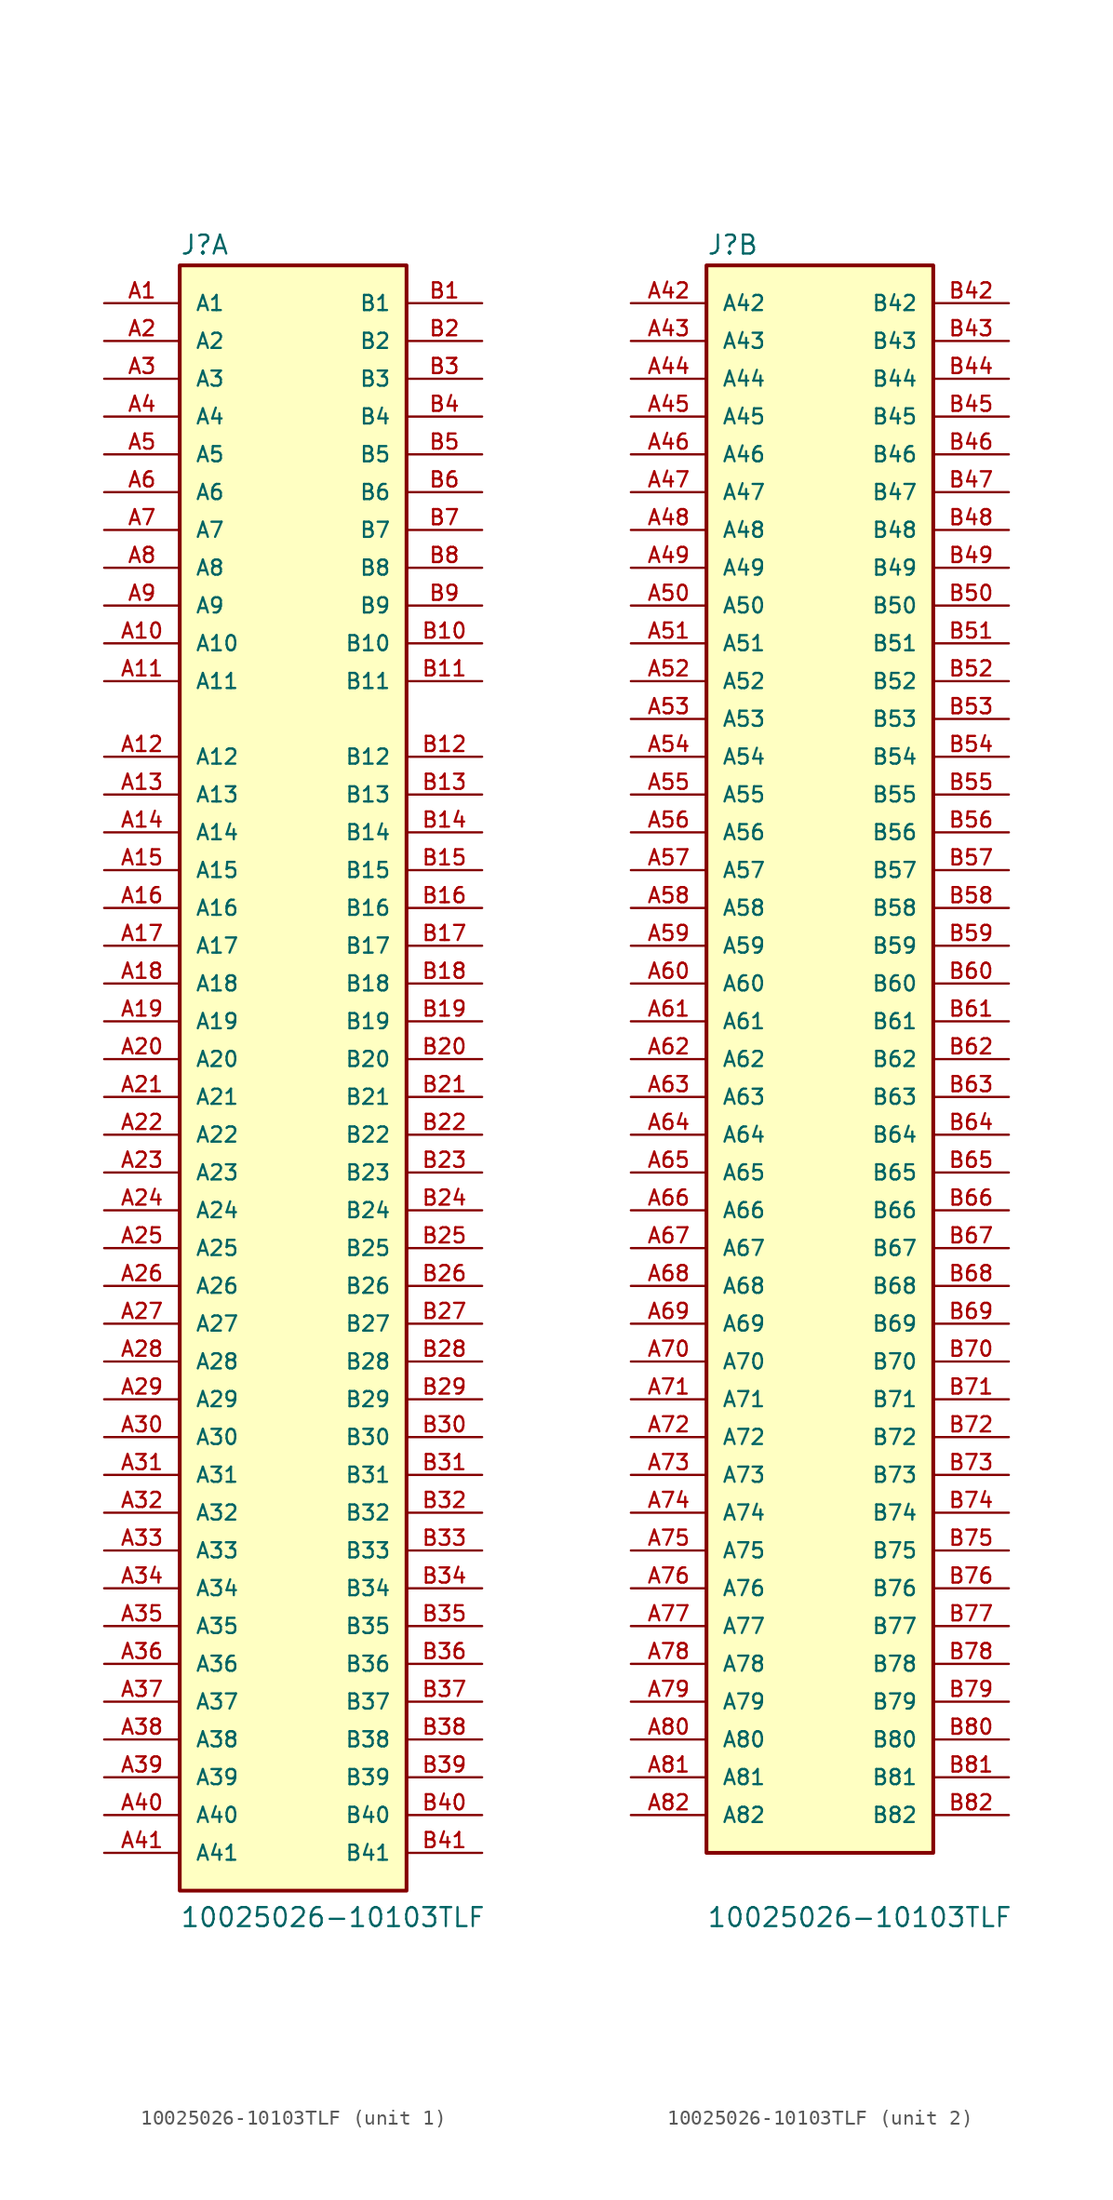
<source format=kicad_sym>
(kicad_symbol_lib
  (version 20231120)
  (generator "kicad_symbol_editor")
  (generator_version "8.0")
  (symbol "10025026-10103TLF"
    (pin_names
      (offset 1.016))
    (property "Reference" "J"
      (at -7.62 53.975 0)
      (effects (font (size 1.27 1.27)) (justify left bottom)))
    (property "Value" "10025026-10103TLF"
      (at -7.62 -58.42 0)
      (effects (font (size 1.27 1.27)) (justify left bottom)))
    (symbol "10025026-10103TLF_1_0"
      (rectangle (start -7.62 -55.88) (end 7.62 53.34) (stroke (width 0.254) (type default)) (fill (type background)))
      (pin passive line (at -12.7 50.8 0) (length 5.08) (name "A1" (effects (font (size 1.016 1.016)))) (number "A1" (effects (font (size 1.016 1.016)))))
      (pin passive line (at -12.7 27.94 0) (length 5.08) (name "A10" (effects (font (size 1.016 1.016)))) (number "A10" (effects (font (size 1.016 1.016)))))
      (pin passive line (at -12.7 25.4 0) (length 5.08) (name "A11" (effects (font (size 1.016 1.016)))) (number "A11" (effects (font (size 1.016 1.016)))))
      (pin passive line (at -12.7 20.32 0) (length 5.08) (name "A12" (effects (font (size 1.016 1.016)))) (number "A12" (effects (font (size 1.016 1.016)))))
      (pin passive line (at -12.7 17.78 0) (length 5.08) (name "A13" (effects (font (size 1.016 1.016)))) (number "A13" (effects (font (size 1.016 1.016)))))
      (pin passive line (at -12.7 15.24 0) (length 5.08) (name "A14" (effects (font (size 1.016 1.016)))) (number "A14" (effects (font (size 1.016 1.016)))))
      (pin passive line (at -12.7 12.7 0) (length 5.08) (name "A15" (effects (font (size 1.016 1.016)))) (number "A15" (effects (font (size 1.016 1.016)))))
      (pin passive line (at -12.7 10.16 0) (length 5.08) (name "A16" (effects (font (size 1.016 1.016)))) (number "A16" (effects (font (size 1.016 1.016)))))
      (pin passive line (at -12.7 7.62 0) (length 5.08) (name "A17" (effects (font (size 1.016 1.016)))) (number "A17" (effects (font (size 1.016 1.016)))))
      (pin passive line (at -12.7 5.08 0) (length 5.08) (name "A18" (effects (font (size 1.016 1.016)))) (number "A18" (effects (font (size 1.016 1.016)))))
      (pin passive line (at -12.7 2.54 0) (length 5.08) (name "A19" (effects (font (size 1.016 1.016)))) (number "A19" (effects (font (size 1.016 1.016)))))
      (pin passive line (at -12.7 48.26 0) (length 5.08) (name "A2" (effects (font (size 1.016 1.016)))) (number "A2" (effects (font (size 1.016 1.016)))))
      (pin passive line (at -12.7 0 0) (length 5.08) (name "A20" (effects (font (size 1.016 1.016)))) (number "A20" (effects (font (size 1.016 1.016)))))
      (pin passive line (at -12.7 -2.54 0) (length 5.08) (name "A21" (effects (font (size 1.016 1.016)))) (number "A21" (effects (font (size 1.016 1.016)))))
      (pin passive line (at -12.7 -5.08 0) (length 5.08) (name "A22" (effects (font (size 1.016 1.016)))) (number "A22" (effects (font (size 1.016 1.016)))))
      (pin passive line (at -12.7 -7.62 0) (length 5.08) (name "A23" (effects (font (size 1.016 1.016)))) (number "A23" (effects (font (size 1.016 1.016)))))
      (pin passive line (at -12.7 -10.16 0) (length 5.08) (name "A24" (effects (font (size 1.016 1.016)))) (number "A24" (effects (font (size 1.016 1.016)))))
      (pin passive line (at -12.7 -12.7 0) (length 5.08) (name "A25" (effects (font (size 1.016 1.016)))) (number "A25" (effects (font (size 1.016 1.016)))))
      (pin passive line (at -12.7 -15.24 0) (length 5.08) (name "A26" (effects (font (size 1.016 1.016)))) (number "A26" (effects (font (size 1.016 1.016)))))
      (pin passive line (at -12.7 -17.78 0) (length 5.08) (name "A27" (effects (font (size 1.016 1.016)))) (number "A27" (effects (font (size 1.016 1.016)))))
      (pin passive line (at -12.7 -20.32 0) (length 5.08) (name "A28" (effects (font (size 1.016 1.016)))) (number "A28" (effects (font (size 1.016 1.016)))))
      (pin passive line (at -12.7 -22.86 0) (length 5.08) (name "A29" (effects (font (size 1.016 1.016)))) (number "A29" (effects (font (size 1.016 1.016)))))
      (pin passive line (at -12.7 45.72 0) (length 5.08) (name "A3" (effects (font (size 1.016 1.016)))) (number "A3" (effects (font (size 1.016 1.016)))))
      (pin passive line (at -12.7 -25.4 0) (length 5.08) (name "A30" (effects (font (size 1.016 1.016)))) (number "A30" (effects (font (size 1.016 1.016)))))
      (pin passive line (at -12.7 -27.94 0) (length 5.08) (name "A31" (effects (font (size 1.016 1.016)))) (number "A31" (effects (font (size 1.016 1.016)))))
      (pin passive line (at -12.7 -30.48 0) (length 5.08) (name "A32" (effects (font (size 1.016 1.016)))) (number "A32" (effects (font (size 1.016 1.016)))))
      (pin passive line (at -12.7 -33.02 0) (length 5.08) (name "A33" (effects (font (size 1.016 1.016)))) (number "A33" (effects (font (size 1.016 1.016)))))
      (pin passive line (at -12.7 -35.56 0) (length 5.08) (name "A34" (effects (font (size 1.016 1.016)))) (number "A34" (effects (font (size 1.016 1.016)))))
      (pin passive line (at -12.7 -38.1 0) (length 5.08) (name "A35" (effects (font (size 1.016 1.016)))) (number "A35" (effects (font (size 1.016 1.016)))))
      (pin passive line (at -12.7 -40.64 0) (length 5.08) (name "A36" (effects (font (size 1.016 1.016)))) (number "A36" (effects (font (size 1.016 1.016)))))
      (pin passive line (at -12.7 -43.18 0) (length 5.08) (name "A37" (effects (font (size 1.016 1.016)))) (number "A37" (effects (font (size 1.016 1.016)))))
      (pin passive line (at -12.7 -45.72 0) (length 5.08) (name "A38" (effects (font (size 1.016 1.016)))) (number "A38" (effects (font (size 1.016 1.016)))))
      (pin passive line (at -12.7 -48.26 0) (length 5.08) (name "A39" (effects (font (size 1.016 1.016)))) (number "A39" (effects (font (size 1.016 1.016)))))
      (pin passive line (at -12.7 43.18 0) (length 5.08) (name "A4" (effects (font (size 1.016 1.016)))) (number "A4" (effects (font (size 1.016 1.016)))))
      (pin passive line (at -12.7 -50.8 0) (length 5.08) (name "A40" (effects (font (size 1.016 1.016)))) (number "A40" (effects (font (size 1.016 1.016)))))
      (pin passive line (at -12.7 -53.34 0) (length 5.08) (name "A41" (effects (font (size 1.016 1.016)))) (number "A41" (effects (font (size 1.016 1.016)))))
      (pin passive line (at -12.7 40.64 0) (length 5.08) (name "A5" (effects (font (size 1.016 1.016)))) (number "A5" (effects (font (size 1.016 1.016)))))
      (pin passive line (at -12.7 38.1 0) (length 5.08) (name "A6" (effects (font (size 1.016 1.016)))) (number "A6" (effects (font (size 1.016 1.016)))))
      (pin passive line (at -12.7 35.56 0) (length 5.08) (name "A7" (effects (font (size 1.016 1.016)))) (number "A7" (effects (font (size 1.016 1.016)))))
      (pin passive line (at -12.7 33.02 0) (length 5.08) (name "A8" (effects (font (size 1.016 1.016)))) (number "A8" (effects (font (size 1.016 1.016)))))
      (pin passive line (at -12.7 30.48 0) (length 5.08) (name "A9" (effects (font (size 1.016 1.016)))) (number "A9" (effects (font (size 1.016 1.016)))))
      (pin passive line (at 12.7 50.8 180) (length 5.08) (name "B1" (effects (font (size 1.016 1.016)))) (number "B1" (effects (font (size 1.016 1.016)))))
      (pin passive line (at 12.7 27.94 180) (length 5.08) (name "B10" (effects (font (size 1.016 1.016)))) (number "B10" (effects (font (size 1.016 1.016)))))
      (pin passive line (at 12.7 25.4 180) (length 5.08) (name "B11" (effects (font (size 1.016 1.016)))) (number "B11" (effects (font (size 1.016 1.016)))))
      (pin passive line (at 12.7 20.32 180) (length 5.08) (name "B12" (effects (font (size 1.016 1.016)))) (number "B12" (effects (font (size 1.016 1.016)))))
      (pin passive line (at 12.7 17.78 180) (length 5.08) (name "B13" (effects (font (size 1.016 1.016)))) (number "B13" (effects (font (size 1.016 1.016)))))
      (pin passive line (at 12.7 15.24 180) (length 5.08) (name "B14" (effects (font (size 1.016 1.016)))) (number "B14" (effects (font (size 1.016 1.016)))))
      (pin passive line (at 12.7 12.7 180) (length 5.08) (name "B15" (effects (font (size 1.016 1.016)))) (number "B15" (effects (font (size 1.016 1.016)))))
      (pin passive line (at 12.7 10.16 180) (length 5.08) (name "B16" (effects (font (size 1.016 1.016)))) (number "B16" (effects (font (size 1.016 1.016)))))
      (pin passive line (at 12.7 7.62 180) (length 5.08) (name "B17" (effects (font (size 1.016 1.016)))) (number "B17" (effects (font (size 1.016 1.016)))))
      (pin passive line (at 12.7 5.08 180) (length 5.08) (name "B18" (effects (font (size 1.016 1.016)))) (number "B18" (effects (font (size 1.016 1.016)))))
      (pin passive line (at 12.7 2.54 180) (length 5.08) (name "B19" (effects (font (size 1.016 1.016)))) (number "B19" (effects (font (size 1.016 1.016)))))
      (pin passive line (at 12.7 48.26 180) (length 5.08) (name "B2" (effects (font (size 1.016 1.016)))) (number "B2" (effects (font (size 1.016 1.016)))))
      (pin passive line (at 12.7 0 180) (length 5.08) (name "B20" (effects (font (size 1.016 1.016)))) (number "B20" (effects (font (size 1.016 1.016)))))
      (pin passive line (at 12.7 -2.54 180) (length 5.08) (name "B21" (effects (font (size 1.016 1.016)))) (number "B21" (effects (font (size 1.016 1.016)))))
      (pin passive line (at 12.7 -5.08 180) (length 5.08) (name "B22" (effects (font (size 1.016 1.016)))) (number "B22" (effects (font (size 1.016 1.016)))))
      (pin passive line (at 12.7 -7.62 180) (length 5.08) (name "B23" (effects (font (size 1.016 1.016)))) (number "B23" (effects (font (size 1.016 1.016)))))
      (pin passive line (at 12.7 -10.16 180) (length 5.08) (name "B24" (effects (font (size 1.016 1.016)))) (number "B24" (effects (font (size 1.016 1.016)))))
      (pin passive line (at 12.7 -12.7 180) (length 5.08) (name "B25" (effects (font (size 1.016 1.016)))) (number "B25" (effects (font (size 1.016 1.016)))))
      (pin passive line (at 12.7 -15.24 180) (length 5.08) (name "B26" (effects (font (size 1.016 1.016)))) (number "B26" (effects (font (size 1.016 1.016)))))
      (pin passive line (at 12.7 -17.78 180) (length 5.08) (name "B27" (effects (font (size 1.016 1.016)))) (number "B27" (effects (font (size 1.016 1.016)))))
      (pin passive line (at 12.7 -20.32 180) (length 5.08) (name "B28" (effects (font (size 1.016 1.016)))) (number "B28" (effects (font (size 1.016 1.016)))))
      (pin passive line (at 12.7 -22.86 180) (length 5.08) (name "B29" (effects (font (size 1.016 1.016)))) (number "B29" (effects (font (size 1.016 1.016)))))
      (pin passive line (at 12.7 45.72 180) (length 5.08) (name "B3" (effects (font (size 1.016 1.016)))) (number "B3" (effects (font (size 1.016 1.016)))))
      (pin passive line (at 12.7 -25.4 180) (length 5.08) (name "B30" (effects (font (size 1.016 1.016)))) (number "B30" (effects (font (size 1.016 1.016)))))
      (pin passive line (at 12.7 -27.94 180) (length 5.08) (name "B31" (effects (font (size 1.016 1.016)))) (number "B31" (effects (font (size 1.016 1.016)))))
      (pin passive line (at 12.7 -30.48 180) (length 5.08) (name "B32" (effects (font (size 1.016 1.016)))) (number "B32" (effects (font (size 1.016 1.016)))))
      (pin passive line (at 12.7 -33.02 180) (length 5.08) (name "B33" (effects (font (size 1.016 1.016)))) (number "B33" (effects (font (size 1.016 1.016)))))
      (pin passive line (at 12.7 -35.56 180) (length 5.08) (name "B34" (effects (font (size 1.016 1.016)))) (number "B34" (effects (font (size 1.016 1.016)))))
      (pin passive line (at 12.7 -38.1 180) (length 5.08) (name "B35" (effects (font (size 1.016 1.016)))) (number "B35" (effects (font (size 1.016 1.016)))))
      (pin passive line (at 12.7 -40.64 180) (length 5.08) (name "B36" (effects (font (size 1.016 1.016)))) (number "B36" (effects (font (size 1.016 1.016)))))
      (pin passive line (at 12.7 -43.18 180) (length 5.08) (name "B37" (effects (font (size 1.016 1.016)))) (number "B37" (effects (font (size 1.016 1.016)))))
      (pin passive line (at 12.7 -45.72 180) (length 5.08) (name "B38" (effects (font (size 1.016 1.016)))) (number "B38" (effects (font (size 1.016 1.016)))))
      (pin passive line (at 12.7 -48.26 180) (length 5.08) (name "B39" (effects (font (size 1.016 1.016)))) (number "B39" (effects (font (size 1.016 1.016)))))
      (pin passive line (at 12.7 43.18 180) (length 5.08) (name "B4" (effects (font (size 1.016 1.016)))) (number "B4" (effects (font (size 1.016 1.016)))))
      (pin passive line (at 12.7 -50.8 180) (length 5.08) (name "B40" (effects (font (size 1.016 1.016)))) (number "B40" (effects (font (size 1.016 1.016)))))
      (pin passive line (at 12.7 -53.34 180) (length 5.08) (name "B41" (effects (font (size 1.016 1.016)))) (number "B41" (effects (font (size 1.016 1.016)))))
      (pin passive line (at 12.7 40.64 180) (length 5.08) (name "B5" (effects (font (size 1.016 1.016)))) (number "B5" (effects (font (size 1.016 1.016)))))
      (pin passive line (at 12.7 38.1 180) (length 5.08) (name "B6" (effects (font (size 1.016 1.016)))) (number "B6" (effects (font (size 1.016 1.016)))))
      (pin passive line (at 12.7 35.56 180) (length 5.08) (name "B7" (effects (font (size 1.016 1.016)))) (number "B7" (effects (font (size 1.016 1.016)))))
      (pin passive line (at 12.7 33.02 180) (length 5.08) (name "B8" (effects (font (size 1.016 1.016)))) (number "B8" (effects (font (size 1.016 1.016)))))
      (pin passive line (at 12.7 30.48 180) (length 5.08) (name "B9" (effects (font (size 1.016 1.016)))) (number "B9" (effects (font (size 1.016 1.016))))))
    (symbol "10025026-10103TLF_2_0"
      (rectangle (start -7.62 -53.34) (end 7.62 53.34) (stroke (width 0.254) (type default)) (fill (type background)))
      (pin passive line (at -12.7 50.8 0) (length 5.08) (name "A42" (effects (font (size 1.016 1.016)))) (number "A42" (effects (font (size 1.016 1.016)))))
      (pin passive line (at -12.7 48.26 0) (length 5.08) (name "A43" (effects (font (size 1.016 1.016)))) (number "A43" (effects (font (size 1.016 1.016)))))
      (pin passive line (at -12.7 45.72 0) (length 5.08) (name "A44" (effects (font (size 1.016 1.016)))) (number "A44" (effects (font (size 1.016 1.016)))))
      (pin passive line (at -12.7 43.18 0) (length 5.08) (name "A45" (effects (font (size 1.016 1.016)))) (number "A45" (effects (font (size 1.016 1.016)))))
      (pin passive line (at -12.7 40.64 0) (length 5.08) (name "A46" (effects (font (size 1.016 1.016)))) (number "A46" (effects (font (size 1.016 1.016)))))
      (pin passive line (at -12.7 38.1 0) (length 5.08) (name "A47" (effects (font (size 1.016 1.016)))) (number "A47" (effects (font (size 1.016 1.016)))))
      (pin passive line (at -12.7 35.56 0) (length 5.08) (name "A48" (effects (font (size 1.016 1.016)))) (number "A48" (effects (font (size 1.016 1.016)))))
      (pin passive line (at -12.7 33.02 0) (length 5.08) (name "A49" (effects (font (size 1.016 1.016)))) (number "A49" (effects (font (size 1.016 1.016)))))
      (pin passive line (at -12.7 30.48 0) (length 5.08) (name "A50" (effects (font (size 1.016 1.016)))) (number "A50" (effects (font (size 1.016 1.016)))))
      (pin passive line (at -12.7 27.94 0) (length 5.08) (name "A51" (effects (font (size 1.016 1.016)))) (number "A51" (effects (font (size 1.016 1.016)))))
      (pin passive line (at -12.7 25.4 0) (length 5.08) (name "A52" (effects (font (size 1.016 1.016)))) (number "A52" (effects (font (size 1.016 1.016)))))
      (pin passive line (at -12.7 22.86 0) (length 5.08) (name "A53" (effects (font (size 1.016 1.016)))) (number "A53" (effects (font (size 1.016 1.016)))))
      (pin passive line (at -12.7 20.32 0) (length 5.08) (name "A54" (effects (font (size 1.016 1.016)))) (number "A54" (effects (font (size 1.016 1.016)))))
      (pin passive line (at -12.7 17.78 0) (length 5.08) (name "A55" (effects (font (size 1.016 1.016)))) (number "A55" (effects (font (size 1.016 1.016)))))
      (pin passive line (at -12.7 15.24 0) (length 5.08) (name "A56" (effects (font (size 1.016 1.016)))) (number "A56" (effects (font (size 1.016 1.016)))))
      (pin passive line (at -12.7 12.7 0) (length 5.08) (name "A57" (effects (font (size 1.016 1.016)))) (number "A57" (effects (font (size 1.016 1.016)))))
      (pin passive line (at -12.7 10.16 0) (length 5.08) (name "A58" (effects (font (size 1.016 1.016)))) (number "A58" (effects (font (size 1.016 1.016)))))
      (pin passive line (at -12.7 7.62 0) (length 5.08) (name "A59" (effects (font (size 1.016 1.016)))) (number "A59" (effects (font (size 1.016 1.016)))))
      (pin passive line (at -12.7 5.08 0) (length 5.08) (name "A60" (effects (font (size 1.016 1.016)))) (number "A60" (effects (font (size 1.016 1.016)))))
      (pin passive line (at -12.7 2.54 0) (length 5.08) (name "A61" (effects (font (size 1.016 1.016)))) (number "A61" (effects (font (size 1.016 1.016)))))
      (pin passive line (at -12.7 0 0) (length 5.08) (name "A62" (effects (font (size 1.016 1.016)))) (number "A62" (effects (font (size 1.016 1.016)))))
      (pin passive line (at -12.7 -2.54 0) (length 5.08) (name "A63" (effects (font (size 1.016 1.016)))) (number "A63" (effects (font (size 1.016 1.016)))))
      (pin passive line (at -12.7 -5.08 0) (length 5.08) (name "A64" (effects (font (size 1.016 1.016)))) (number "A64" (effects (font (size 1.016 1.016)))))
      (pin passive line (at -12.7 -7.62 0) (length 5.08) (name "A65" (effects (font (size 1.016 1.016)))) (number "A65" (effects (font (size 1.016 1.016)))))
      (pin passive line (at -12.7 -10.16 0) (length 5.08) (name "A66" (effects (font (size 1.016 1.016)))) (number "A66" (effects (font (size 1.016 1.016)))))
      (pin passive line (at -12.7 -12.7 0) (length 5.08) (name "A67" (effects (font (size 1.016 1.016)))) (number "A67" (effects (font (size 1.016 1.016)))))
      (pin passive line (at -12.7 -15.24 0) (length 5.08) (name "A68" (effects (font (size 1.016 1.016)))) (number "A68" (effects (font (size 1.016 1.016)))))
      (pin passive line (at -12.7 -17.78 0) (length 5.08) (name "A69" (effects (font (size 1.016 1.016)))) (number "A69" (effects (font (size 1.016 1.016)))))
      (pin passive line (at -12.7 -20.32 0) (length 5.08) (name "A70" (effects (font (size 1.016 1.016)))) (number "A70" (effects (font (size 1.016 1.016)))))
      (pin passive line (at -12.7 -22.86 0) (length 5.08) (name "A71" (effects (font (size 1.016 1.016)))) (number "A71" (effects (font (size 1.016 1.016)))))
      (pin passive line (at -12.7 -25.4 0) (length 5.08) (name "A72" (effects (font (size 1.016 1.016)))) (number "A72" (effects (font (size 1.016 1.016)))))
      (pin passive line (at -12.7 -27.94 0) (length 5.08) (name "A73" (effects (font (size 1.016 1.016)))) (number "A73" (effects (font (size 1.016 1.016)))))
      (pin passive line (at -12.7 -30.48 0) (length 5.08) (name "A74" (effects (font (size 1.016 1.016)))) (number "A74" (effects (font (size 1.016 1.016)))))
      (pin passive line (at -12.7 -33.02 0) (length 5.08) (name "A75" (effects (font (size 1.016 1.016)))) (number "A75" (effects (font (size 1.016 1.016)))))
      (pin passive line (at -12.7 -35.56 0) (length 5.08) (name "A76" (effects (font (size 1.016 1.016)))) (number "A76" (effects (font (size 1.016 1.016)))))
      (pin passive line (at -12.7 -38.1 0) (length 5.08) (name "A77" (effects (font (size 1.016 1.016)))) (number "A77" (effects (font (size 1.016 1.016)))))
      (pin passive line (at -12.7 -40.64 0) (length 5.08) (name "A78" (effects (font (size 1.016 1.016)))) (number "A78" (effects (font (size 1.016 1.016)))))
      (pin passive line (at -12.7 -43.18 0) (length 5.08) (name "A79" (effects (font (size 1.016 1.016)))) (number "A79" (effects (font (size 1.016 1.016)))))
      (pin passive line (at -12.7 -45.72 0) (length 5.08) (name "A80" (effects (font (size 1.016 1.016)))) (number "A80" (effects (font (size 1.016 1.016)))))
      (pin passive line (at -12.7 -48.26 0) (length 5.08) (name "A81" (effects (font (size 1.016 1.016)))) (number "A81" (effects (font (size 1.016 1.016)))))
      (pin passive line (at -12.7 -50.8 0) (length 5.08) (name "A82" (effects (font (size 1.016 1.016)))) (number "A82" (effects (font (size 1.016 1.016)))))
      (pin passive line (at 12.7 50.8 180) (length 5.08) (name "B42" (effects (font (size 1.016 1.016)))) (number "B42" (effects (font (size 1.016 1.016)))))
      (pin passive line (at 12.7 48.26 180) (length 5.08) (name "B43" (effects (font (size 1.016 1.016)))) (number "B43" (effects (font (size 1.016 1.016)))))
      (pin passive line (at 12.7 45.72 180) (length 5.08) (name "B44" (effects (font (size 1.016 1.016)))) (number "B44" (effects (font (size 1.016 1.016)))))
      (pin passive line (at 12.7 43.18 180) (length 5.08) (name "B45" (effects (font (size 1.016 1.016)))) (number "B45" (effects (font (size 1.016 1.016)))))
      (pin passive line (at 12.7 40.64 180) (length 5.08) (name "B46" (effects (font (size 1.016 1.016)))) (number "B46" (effects (font (size 1.016 1.016)))))
      (pin passive line (at 12.7 38.1 180) (length 5.08) (name "B47" (effects (font (size 1.016 1.016)))) (number "B47" (effects (font (size 1.016 1.016)))))
      (pin passive line (at 12.7 35.56 180) (length 5.08) (name "B48" (effects (font (size 1.016 1.016)))) (number "B48" (effects (font (size 1.016 1.016)))))
      (pin passive line (at 12.7 33.02 180) (length 5.08) (name "B49" (effects (font (size 1.016 1.016)))) (number "B49" (effects (font (size 1.016 1.016)))))
      (pin passive line (at 12.7 30.48 180) (length 5.08) (name "B50" (effects (font (size 1.016 1.016)))) (number "B50" (effects (font (size 1.016 1.016)))))
      (pin passive line (at 12.7 27.94 180) (length 5.08) (name "B51" (effects (font (size 1.016 1.016)))) (number "B51" (effects (font (size 1.016 1.016)))))
      (pin passive line (at 12.7 25.4 180) (length 5.08) (name "B52" (effects (font (size 1.016 1.016)))) (number "B52" (effects (font (size 1.016 1.016)))))
      (pin passive line (at 12.7 22.86 180) (length 5.08) (name "B53" (effects (font (size 1.016 1.016)))) (number "B53" (effects (font (size 1.016 1.016)))))
      (pin passive line (at 12.7 20.32 180) (length 5.08) (name "B54" (effects (font (size 1.016 1.016)))) (number "B54" (effects (font (size 1.016 1.016)))))
      (pin passive line (at 12.7 17.78 180) (length 5.08) (name "B55" (effects (font (size 1.016 1.016)))) (number "B55" (effects (font (size 1.016 1.016)))))
      (pin passive line (at 12.7 15.24 180) (length 5.08) (name "B56" (effects (font (size 1.016 1.016)))) (number "B56" (effects (font (size 1.016 1.016)))))
      (pin passive line (at 12.7 12.7 180) (length 5.08) (name "B57" (effects (font (size 1.016 1.016)))) (number "B57" (effects (font (size 1.016 1.016)))))
      (pin passive line (at 12.7 10.16 180) (length 5.08) (name "B58" (effects (font (size 1.016 1.016)))) (number "B58" (effects (font (size 1.016 1.016)))))
      (pin passive line (at 12.7 7.62 180) (length 5.08) (name "B59" (effects (font (size 1.016 1.016)))) (number "B59" (effects (font (size 1.016 1.016)))))
      (pin passive line (at 12.7 5.08 180) (length 5.08) (name "B60" (effects (font (size 1.016 1.016)))) (number "B60" (effects (font (size 1.016 1.016)))))
      (pin passive line (at 12.7 2.54 180) (length 5.08) (name "B61" (effects (font (size 1.016 1.016)))) (number "B61" (effects (font (size 1.016 1.016)))))
      (pin passive line (at 12.7 0 180) (length 5.08) (name "B62" (effects (font (size 1.016 1.016)))) (number "B62" (effects (font (size 1.016 1.016)))))
      (pin passive line (at 12.7 -2.54 180) (length 5.08) (name "B63" (effects (font (size 1.016 1.016)))) (number "B63" (effects (font (size 1.016 1.016)))))
      (pin passive line (at 12.7 -5.08 180) (length 5.08) (name "B64" (effects (font (size 1.016 1.016)))) (number "B64" (effects (font (size 1.016 1.016)))))
      (pin passive line (at 12.7 -7.62 180) (length 5.08) (name "B65" (effects (font (size 1.016 1.016)))) (number "B65" (effects (font (size 1.016 1.016)))))
      (pin passive line (at 12.7 -10.16 180) (length 5.08) (name "B66" (effects (font (size 1.016 1.016)))) (number "B66" (effects (font (size 1.016 1.016)))))
      (pin passive line (at 12.7 -12.7 180) (length 5.08) (name "B67" (effects (font (size 1.016 1.016)))) (number "B67" (effects (font (size 1.016 1.016)))))
      (pin passive line (at 12.7 -15.24 180) (length 5.08) (name "B68" (effects (font (size 1.016 1.016)))) (number "B68" (effects (font (size 1.016 1.016)))))
      (pin passive line (at 12.7 -17.78 180) (length 5.08) (name "B69" (effects (font (size 1.016 1.016)))) (number "B69" (effects (font (size 1.016 1.016)))))
      (pin passive line (at 12.7 -20.32 180) (length 5.08) (name "B70" (effects (font (size 1.016 1.016)))) (number "B70" (effects (font (size 1.016 1.016)))))
      (pin passive line (at 12.7 -22.86 180) (length 5.08) (name "B71" (effects (font (size 1.016 1.016)))) (number "B71" (effects (font (size 1.016 1.016)))))
      (pin passive line (at 12.7 -25.4 180) (length 5.08) (name "B72" (effects (font (size 1.016 1.016)))) (number "B72" (effects (font (size 1.016 1.016)))))
      (pin passive line (at 12.7 -27.94 180) (length 5.08) (name "B73" (effects (font (size 1.016 1.016)))) (number "B73" (effects (font (size 1.016 1.016)))))
      (pin passive line (at 12.7 -30.48 180) (length 5.08) (name "B74" (effects (font (size 1.016 1.016)))) (number "B74" (effects (font (size 1.016 1.016)))))
      (pin passive line (at 12.7 -33.02 180) (length 5.08) (name "B75" (effects (font (size 1.016 1.016)))) (number "B75" (effects (font (size 1.016 1.016)))))
      (pin passive line (at 12.7 -35.56 180) (length 5.08) (name "B76" (effects (font (size 1.016 1.016)))) (number "B76" (effects (font (size 1.016 1.016)))))
      (pin passive line (at 12.7 -38.1 180) (length 5.08) (name "B77" (effects (font (size 1.016 1.016)))) (number "B77" (effects (font (size 1.016 1.016)))))
      (pin passive line (at 12.7 -40.64 180) (length 5.08) (name "B78" (effects (font (size 1.016 1.016)))) (number "B78" (effects (font (size 1.016 1.016)))))
      (pin passive line (at 12.7 -43.18 180) (length 5.08) (name "B79" (effects (font (size 1.016 1.016)))) (number "B79" (effects (font (size 1.016 1.016)))))
      (pin passive line (at 12.7 -45.72 180) (length 5.08) (name "B80" (effects (font (size 1.016 1.016)))) (number "B80" (effects (font (size 1.016 1.016)))))
      (pin passive line (at 12.7 -48.26 180) (length 5.08) (name "B81" (effects (font (size 1.016 1.016)))) (number "B81" (effects (font (size 1.016 1.016)))))
      (pin passive line (at 12.7 -50.8 180) (length 5.08) (name "B82" (effects (font (size 1.016 1.016)))) (number "B82" (effects (font (size 1.016 1.016))))))))
</source>
